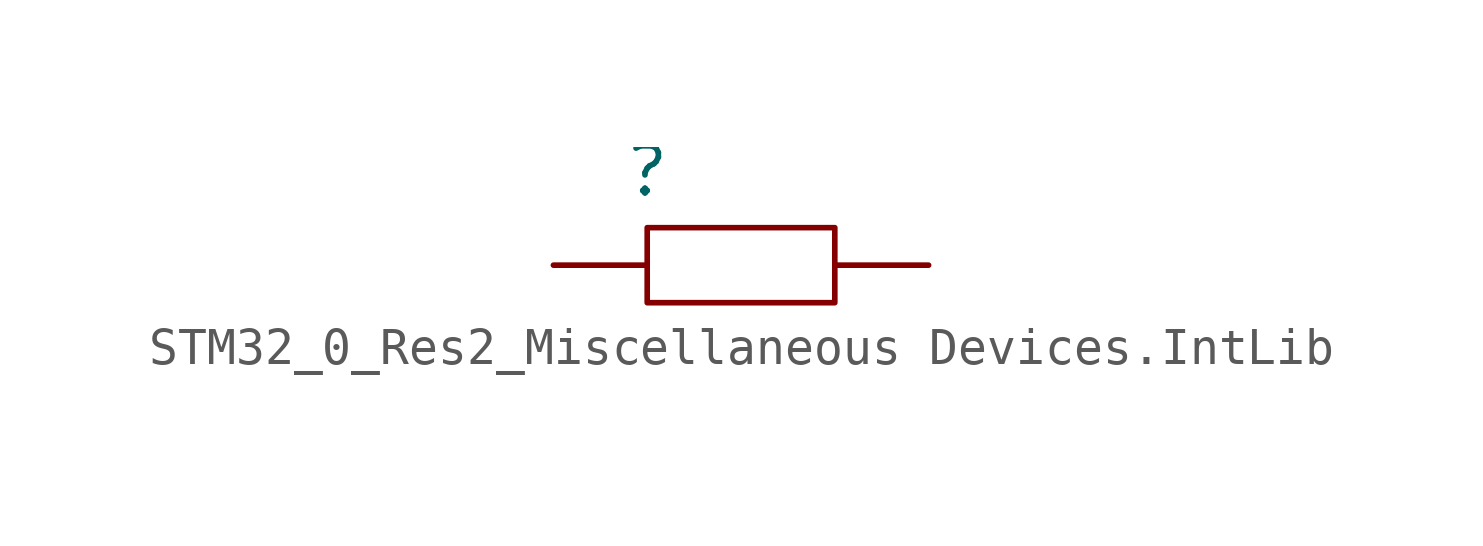
<source format=kicad_sym>
(kicad_symbol_lib
  (version 20241209)
  (generator "kicad_symbol_editor")
  (generator_version "9.0")
  (symbol "STM32_0_Res2_Miscellaneous Devices.IntLib"
    (pin_numbers
      (hide yes))
    (pin_names
      (hide yes))
    (property "Reference" ""
      (at 0 0 0)
      (effects (font (size 1.27 1.27))))
    (property "Value" ""
      (at 0 0 0)
      (effects (font (size 1.27 1.27))))
    (symbol "STM32_0_Res2_Miscellaneous Devices.IntLib_1_0"
      (rectangle (start 5.08 -1.524) (end 0 -3.556) (stroke (width 0) (type solid)) (fill (type none)))
      (pin passive line (at -2.54 -2.54 0) (length 2.54) (name "1" (effects (font (size 1.27 1.27)))) (number "1" (effects (font (size 1.27 1.27)))))
      (pin passive line (at 7.62 -2.54 180) (length 2.54) (name "2" (effects (font (size 1.27 1.27)))) (number "2" (effects (font (size 1.27 1.27))))))))
</source>
